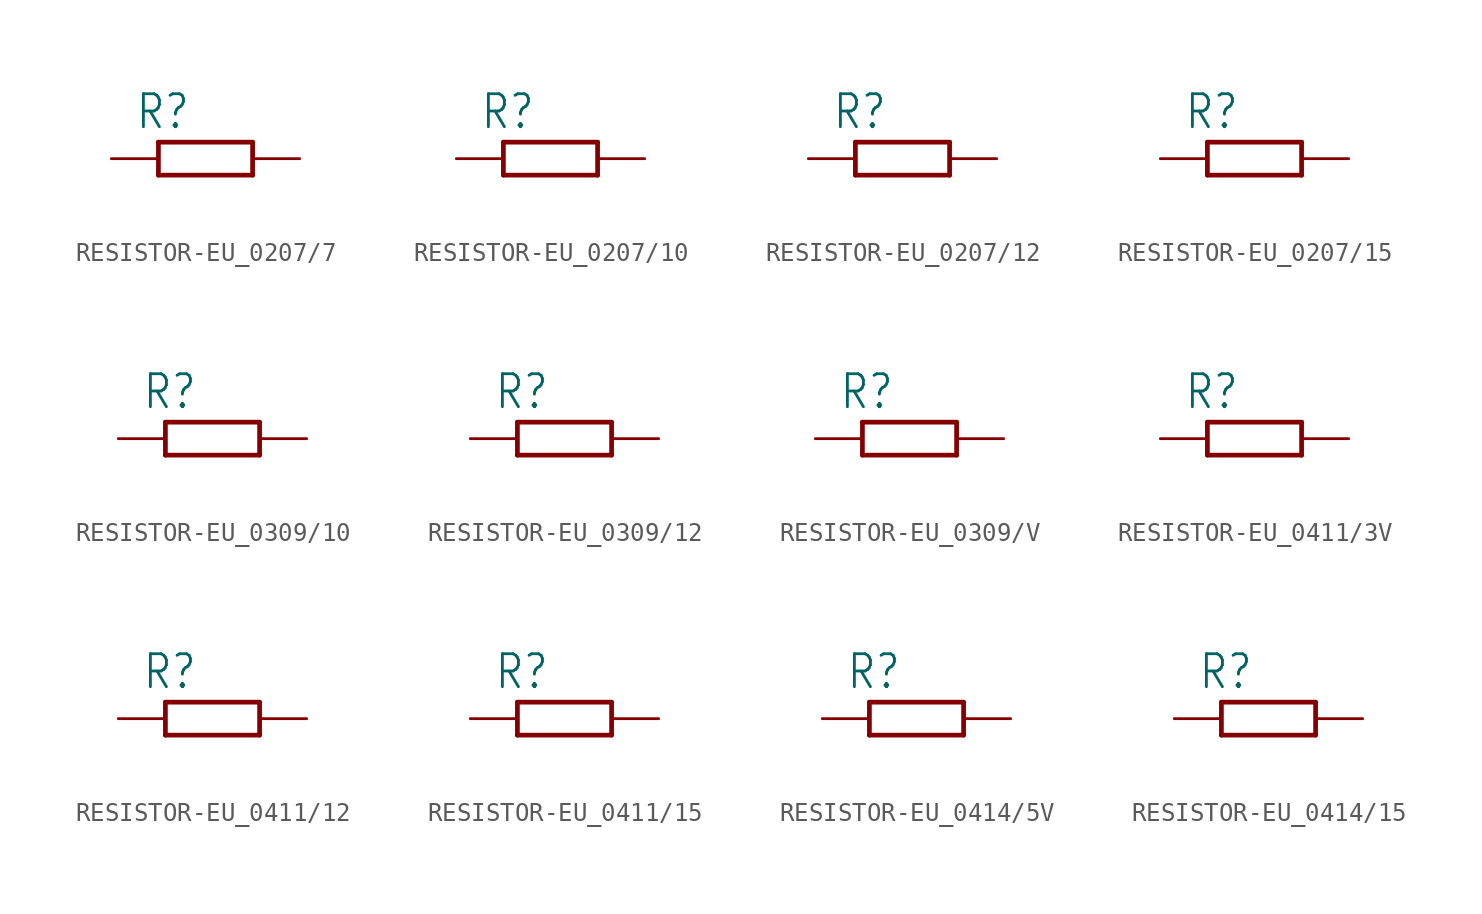
<source format=kicad_sym>
(kicad_symbol_lib
  (version 20231120)
  (generator "kicad_symbol_editor")
  (generator_version "8.0")
  (symbol "RESISTOR-EU_0207/7"
    (property "Reference" "R"
      (at -3.81 1.499 0)
      (effects (font (size 1.778 1.511)) (justify left bottom)))
    (property "Value" ""
      (at -3.81 -3.302 0)
      (effects (font (size 1.778 1.511)) (justify left bottom)))
    (property "ki_locked" ""
      (at 0 0 0)
      (effects (font (size 1.27 1.27))))
    (symbol "RESISTOR-EU_0207/7_1_0"
      (polyline (pts (xy -2.54 -0.889) (xy -2.54 0.889)) (stroke (width 0.254) (type solid)) (fill (type none)))
      (polyline (pts (xy -2.54 -0.889) (xy 2.54 -0.889)) (stroke (width 0.254) (type solid)) (fill (type none)))
      (polyline (pts (xy 2.54 -0.889) (xy 2.54 0.889)) (stroke (width 0.254) (type solid)) (fill (type none)))
      (polyline (pts (xy 2.54 0.889) (xy -2.54 0.889)) (stroke (width 0.254) (type solid)) (fill (type none)))
      (pin passive line (at -5.08 0 0) (length 2.54) (name "1" (effects (font (size 0 0)))) (number "1" (effects (font (size 0 0)))))
      (pin passive line (at 5.08 0 180) (length 2.54) (name "2" (effects (font (size 0 0)))) (number "2" (effects (font (size 0 0)))))))
  (symbol "RESISTOR-EU_0207/10"
    (property "Reference" "R"
      (at -3.81 1.499 0)
      (effects (font (size 1.778 1.511)) (justify left bottom)))
    (property "Value" ""
      (at -3.81 -3.302 0)
      (effects (font (size 1.778 1.511)) (justify left bottom)))
    (property "ki_locked" ""
      (at 0 0 0)
      (effects (font (size 1.27 1.27))))
    (symbol "RESISTOR-EU_0207/10_1_0"
      (polyline (pts (xy -2.54 -0.889) (xy -2.54 0.889)) (stroke (width 0.254) (type solid)) (fill (type none)))
      (polyline (pts (xy -2.54 -0.889) (xy 2.54 -0.889)) (stroke (width 0.254) (type solid)) (fill (type none)))
      (polyline (pts (xy 2.54 -0.889) (xy 2.54 0.889)) (stroke (width 0.254) (type solid)) (fill (type none)))
      (polyline (pts (xy 2.54 0.889) (xy -2.54 0.889)) (stroke (width 0.254) (type solid)) (fill (type none)))
      (pin passive line (at -5.08 0 0) (length 2.54) (name "1" (effects (font (size 0 0)))) (number "1" (effects (font (size 0 0)))))
      (pin passive line (at 5.08 0 180) (length 2.54) (name "2" (effects (font (size 0 0)))) (number "2" (effects (font (size 0 0)))))))
  (symbol "RESISTOR-EU_0207/12"
    (property "Reference" "R"
      (at -3.81 1.499 0)
      (effects (font (size 1.778 1.511)) (justify left bottom)))
    (property "Value" ""
      (at -3.81 -3.302 0)
      (effects (font (size 1.778 1.511)) (justify left bottom)))
    (property "ki_locked" ""
      (at 0 0 0)
      (effects (font (size 1.27 1.27))))
    (symbol "RESISTOR-EU_0207/12_1_0"
      (polyline (pts (xy -2.54 -0.889) (xy -2.54 0.889)) (stroke (width 0.254) (type solid)) (fill (type none)))
      (polyline (pts (xy -2.54 -0.889) (xy 2.54 -0.889)) (stroke (width 0.254) (type solid)) (fill (type none)))
      (polyline (pts (xy 2.54 -0.889) (xy 2.54 0.889)) (stroke (width 0.254) (type solid)) (fill (type none)))
      (polyline (pts (xy 2.54 0.889) (xy -2.54 0.889)) (stroke (width 0.254) (type solid)) (fill (type none)))
      (pin passive line (at -5.08 0 0) (length 2.54) (name "1" (effects (font (size 0 0)))) (number "1" (effects (font (size 0 0)))))
      (pin passive line (at 5.08 0 180) (length 2.54) (name "2" (effects (font (size 0 0)))) (number "2" (effects (font (size 0 0)))))))
  (symbol "RESISTOR-EU_0207/15"
    (property "Reference" "R"
      (at -3.81 1.499 0)
      (effects (font (size 1.778 1.511)) (justify left bottom)))
    (property "Value" ""
      (at -3.81 -3.302 0)
      (effects (font (size 1.778 1.511)) (justify left bottom)))
    (property "ki_locked" ""
      (at 0 0 0)
      (effects (font (size 1.27 1.27))))
    (symbol "RESISTOR-EU_0207/15_1_0"
      (polyline (pts (xy -2.54 -0.889) (xy -2.54 0.889)) (stroke (width 0.254) (type solid)) (fill (type none)))
      (polyline (pts (xy -2.54 -0.889) (xy 2.54 -0.889)) (stroke (width 0.254) (type solid)) (fill (type none)))
      (polyline (pts (xy 2.54 -0.889) (xy 2.54 0.889)) (stroke (width 0.254) (type solid)) (fill (type none)))
      (polyline (pts (xy 2.54 0.889) (xy -2.54 0.889)) (stroke (width 0.254) (type solid)) (fill (type none)))
      (pin passive line (at -5.08 0 0) (length 2.54) (name "1" (effects (font (size 0 0)))) (number "1" (effects (font (size 0 0)))))
      (pin passive line (at 5.08 0 180) (length 2.54) (name "2" (effects (font (size 0 0)))) (number "2" (effects (font (size 0 0)))))))
  (symbol "RESISTOR-EU_0309/10"
    (property "Reference" "R"
      (at -3.81 1.499 0)
      (effects (font (size 1.778 1.511)) (justify left bottom)))
    (property "Value" ""
      (at -3.81 -3.302 0)
      (effects (font (size 1.778 1.511)) (justify left bottom)))
    (property "ki_locked" ""
      (at 0 0 0)
      (effects (font (size 1.27 1.27))))
    (symbol "RESISTOR-EU_0309/10_1_0"
      (polyline (pts (xy -2.54 -0.889) (xy -2.54 0.889)) (stroke (width 0.254) (type solid)) (fill (type none)))
      (polyline (pts (xy -2.54 -0.889) (xy 2.54 -0.889)) (stroke (width 0.254) (type solid)) (fill (type none)))
      (polyline (pts (xy 2.54 -0.889) (xy 2.54 0.889)) (stroke (width 0.254) (type solid)) (fill (type none)))
      (polyline (pts (xy 2.54 0.889) (xy -2.54 0.889)) (stroke (width 0.254) (type solid)) (fill (type none)))
      (pin passive line (at -5.08 0 0) (length 2.54) (name "1" (effects (font (size 0 0)))) (number "1" (effects (font (size 0 0)))))
      (pin passive line (at 5.08 0 180) (length 2.54) (name "2" (effects (font (size 0 0)))) (number "2" (effects (font (size 0 0)))))))
  (symbol "RESISTOR-EU_0309/12"
    (property "Reference" "R"
      (at -3.81 1.499 0)
      (effects (font (size 1.778 1.511)) (justify left bottom)))
    (property "Value" ""
      (at -3.81 -3.302 0)
      (effects (font (size 1.778 1.511)) (justify left bottom)))
    (property "ki_locked" ""
      (at 0 0 0)
      (effects (font (size 1.27 1.27))))
    (symbol "RESISTOR-EU_0309/12_1_0"
      (polyline (pts (xy -2.54 -0.889) (xy -2.54 0.889)) (stroke (width 0.254) (type solid)) (fill (type none)))
      (polyline (pts (xy -2.54 -0.889) (xy 2.54 -0.889)) (stroke (width 0.254) (type solid)) (fill (type none)))
      (polyline (pts (xy 2.54 -0.889) (xy 2.54 0.889)) (stroke (width 0.254) (type solid)) (fill (type none)))
      (polyline (pts (xy 2.54 0.889) (xy -2.54 0.889)) (stroke (width 0.254) (type solid)) (fill (type none)))
      (pin passive line (at -5.08 0 0) (length 2.54) (name "1" (effects (font (size 0 0)))) (number "1" (effects (font (size 0 0)))))
      (pin passive line (at 5.08 0 180) (length 2.54) (name "2" (effects (font (size 0 0)))) (number "2" (effects (font (size 0 0)))))))
  (symbol "RESISTOR-EU_0309/V"
    (property "Reference" "R"
      (at -3.81 1.499 0)
      (effects (font (size 1.778 1.511)) (justify left bottom)))
    (property "Value" ""
      (at -3.81 -3.302 0)
      (effects (font (size 1.778 1.511)) (justify left bottom)))
    (property "ki_locked" ""
      (at 0 0 0)
      (effects (font (size 1.27 1.27))))
    (symbol "RESISTOR-EU_0309/V_1_0"
      (polyline (pts (xy -2.54 -0.889) (xy -2.54 0.889)) (stroke (width 0.254) (type solid)) (fill (type none)))
      (polyline (pts (xy -2.54 -0.889) (xy 2.54 -0.889)) (stroke (width 0.254) (type solid)) (fill (type none)))
      (polyline (pts (xy 2.54 -0.889) (xy 2.54 0.889)) (stroke (width 0.254) (type solid)) (fill (type none)))
      (polyline (pts (xy 2.54 0.889) (xy -2.54 0.889)) (stroke (width 0.254) (type solid)) (fill (type none)))
      (pin passive line (at -5.08 0 0) (length 2.54) (name "1" (effects (font (size 0 0)))) (number "1" (effects (font (size 0 0)))))
      (pin passive line (at 5.08 0 180) (length 2.54) (name "2" (effects (font (size 0 0)))) (number "2" (effects (font (size 0 0)))))))
  (symbol "RESISTOR-EU_0411/3V"
    (property "Reference" "R"
      (at -3.81 1.499 0)
      (effects (font (size 1.778 1.511)) (justify left bottom)))
    (property "Value" ""
      (at -3.81 -3.302 0)
      (effects (font (size 1.778 1.511)) (justify left bottom)))
    (property "ki_locked" ""
      (at 0 0 0)
      (effects (font (size 1.27 1.27))))
    (symbol "RESISTOR-EU_0411/3V_1_0"
      (polyline (pts (xy -2.54 -0.889) (xy -2.54 0.889)) (stroke (width 0.254) (type solid)) (fill (type none)))
      (polyline (pts (xy -2.54 -0.889) (xy 2.54 -0.889)) (stroke (width 0.254) (type solid)) (fill (type none)))
      (polyline (pts (xy 2.54 -0.889) (xy 2.54 0.889)) (stroke (width 0.254) (type solid)) (fill (type none)))
      (polyline (pts (xy 2.54 0.889) (xy -2.54 0.889)) (stroke (width 0.254) (type solid)) (fill (type none)))
      (pin passive line (at -5.08 0 0) (length 2.54) (name "1" (effects (font (size 0 0)))) (number "1" (effects (font (size 0 0)))))
      (pin passive line (at 5.08 0 180) (length 2.54) (name "2" (effects (font (size 0 0)))) (number "2" (effects (font (size 0 0)))))))
  (symbol "RESISTOR-EU_0411/12"
    (property "Reference" "R"
      (at -3.81 1.499 0)
      (effects (font (size 1.778 1.511)) (justify left bottom)))
    (property "Value" ""
      (at -3.81 -3.302 0)
      (effects (font (size 1.778 1.511)) (justify left bottom)))
    (property "ki_locked" ""
      (at 0 0 0)
      (effects (font (size 1.27 1.27))))
    (symbol "RESISTOR-EU_0411/12_1_0"
      (polyline (pts (xy -2.54 -0.889) (xy -2.54 0.889)) (stroke (width 0.254) (type solid)) (fill (type none)))
      (polyline (pts (xy -2.54 -0.889) (xy 2.54 -0.889)) (stroke (width 0.254) (type solid)) (fill (type none)))
      (polyline (pts (xy 2.54 -0.889) (xy 2.54 0.889)) (stroke (width 0.254) (type solid)) (fill (type none)))
      (polyline (pts (xy 2.54 0.889) (xy -2.54 0.889)) (stroke (width 0.254) (type solid)) (fill (type none)))
      (pin passive line (at -5.08 0 0) (length 2.54) (name "1" (effects (font (size 0 0)))) (number "1" (effects (font (size 0 0)))))
      (pin passive line (at 5.08 0 180) (length 2.54) (name "2" (effects (font (size 0 0)))) (number "2" (effects (font (size 0 0)))))))
  (symbol "RESISTOR-EU_0411/15"
    (property "Reference" "R"
      (at -3.81 1.499 0)
      (effects (font (size 1.778 1.511)) (justify left bottom)))
    (property "Value" ""
      (at -3.81 -3.302 0)
      (effects (font (size 1.778 1.511)) (justify left bottom)))
    (property "ki_locked" ""
      (at 0 0 0)
      (effects (font (size 1.27 1.27))))
    (symbol "RESISTOR-EU_0411/15_1_0"
      (polyline (pts (xy -2.54 -0.889) (xy -2.54 0.889)) (stroke (width 0.254) (type solid)) (fill (type none)))
      (polyline (pts (xy -2.54 -0.889) (xy 2.54 -0.889)) (stroke (width 0.254) (type solid)) (fill (type none)))
      (polyline (pts (xy 2.54 -0.889) (xy 2.54 0.889)) (stroke (width 0.254) (type solid)) (fill (type none)))
      (polyline (pts (xy 2.54 0.889) (xy -2.54 0.889)) (stroke (width 0.254) (type solid)) (fill (type none)))
      (pin passive line (at -5.08 0 0) (length 2.54) (name "1" (effects (font (size 0 0)))) (number "1" (effects (font (size 0 0)))))
      (pin passive line (at 5.08 0 180) (length 2.54) (name "2" (effects (font (size 0 0)))) (number "2" (effects (font (size 0 0)))))))
  (symbol "RESISTOR-EU_0414/5V"
    (property "Reference" "R"
      (at -3.81 1.499 0)
      (effects (font (size 1.778 1.511)) (justify left bottom)))
    (property "Value" ""
      (at -3.81 -3.302 0)
      (effects (font (size 1.778 1.511)) (justify left bottom)))
    (property "ki_locked" ""
      (at 0 0 0)
      (effects (font (size 1.27 1.27))))
    (symbol "RESISTOR-EU_0414/5V_1_0"
      (polyline (pts (xy -2.54 -0.889) (xy -2.54 0.889)) (stroke (width 0.254) (type solid)) (fill (type none)))
      (polyline (pts (xy -2.54 -0.889) (xy 2.54 -0.889)) (stroke (width 0.254) (type solid)) (fill (type none)))
      (polyline (pts (xy 2.54 -0.889) (xy 2.54 0.889)) (stroke (width 0.254) (type solid)) (fill (type none)))
      (polyline (pts (xy 2.54 0.889) (xy -2.54 0.889)) (stroke (width 0.254) (type solid)) (fill (type none)))
      (pin passive line (at -5.08 0 0) (length 2.54) (name "1" (effects (font (size 0 0)))) (number "1" (effects (font (size 0 0)))))
      (pin passive line (at 5.08 0 180) (length 2.54) (name "2" (effects (font (size 0 0)))) (number "2" (effects (font (size 0 0)))))))
  (symbol "RESISTOR-EU_0414/15"
    (property "Reference" "R"
      (at -3.81 1.499 0)
      (effects (font (size 1.778 1.511)) (justify left bottom)))
    (property "Value" ""
      (at -3.81 -3.302 0)
      (effects (font (size 1.778 1.511)) (justify left bottom)))
    (property "ki_locked" ""
      (at 0 0 0)
      (effects (font (size 1.27 1.27))))
    (symbol "RESISTOR-EU_0414/15_1_0"
      (polyline (pts (xy -2.54 -0.889) (xy -2.54 0.889)) (stroke (width 0.254) (type solid)) (fill (type none)))
      (polyline (pts (xy -2.54 -0.889) (xy 2.54 -0.889)) (stroke (width 0.254) (type solid)) (fill (type none)))
      (polyline (pts (xy 2.54 -0.889) (xy 2.54 0.889)) (stroke (width 0.254) (type solid)) (fill (type none)))
      (polyline (pts (xy 2.54 0.889) (xy -2.54 0.889)) (stroke (width 0.254) (type solid)) (fill (type none)))
      (pin passive line (at -5.08 0 0) (length 2.54) (name "1" (effects (font (size 0 0)))) (number "1" (effects (font (size 0 0)))))
      (pin passive line (at 5.08 0 180) (length 2.54) (name "2" (effects (font (size 0 0)))) (number "2" (effects (font (size 0 0))))))))
</source>
